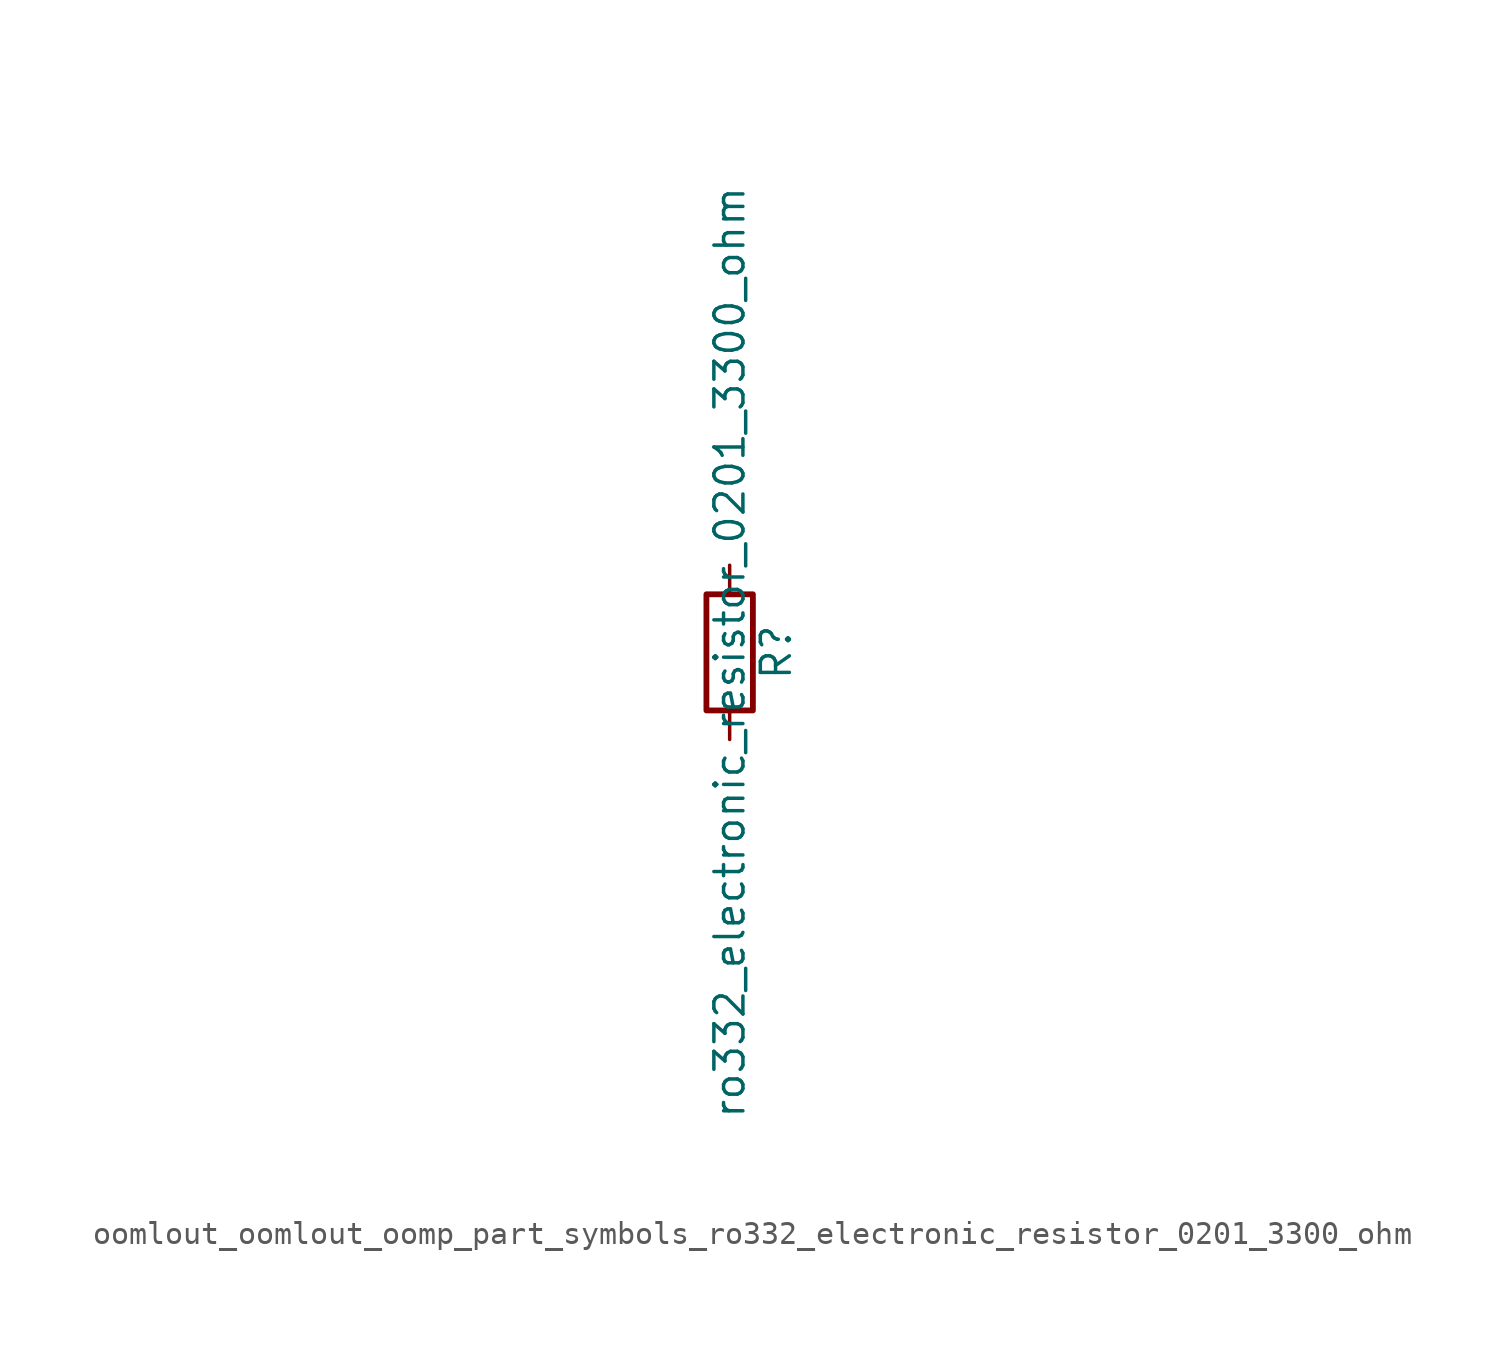
<source format=kicad_sym>
(kicad_symbol_lib
  (version 20220914)
  (generator kicad_symbol_editor)
  (symbol "oomlout_oomlout_oomp_part_symbols_ro332_electronic_resistor_0201_3300_ohm"
    (pin_numbers hide)
    (pin_names
      (offset 0))
    (property "Reference" "R"
      (at 2.032 0 90)
      (effects (font (size 1.27 1.27))))
    (property "Value" "ro332_electronic_resistor_0201_3300_ohm"
      (at 0 0 90)
      (effects (font (size 1.27 1.27))))
    (symbol "oomlout_oomlout_oomp_part_symbols_ro332_electronic_resistor_0201_3300_ohm_0_1"
      (rectangle (start -1.016 -2.54) (end 1.016 2.54) (stroke (width 0.254) (type default)) (fill (type none))))
    (symbol "oomlout_oomlout_oomp_part_symbols_ro332_electronic_resistor_0201_3300_ohm_1_1"
      (pin passive line (at 0 3.81 270) (length 1.27) (name "~" (effects (font (size 1.27 1.27)))) (number "1" (effects (font (size 1.27 1.27)))))
      (pin passive line (at 0 -3.81 90) (length 1.27) (name "~" (effects (font (size 1.27 1.27)))) (number "2" (effects (font (size 1.27 1.27))))))))
</source>
